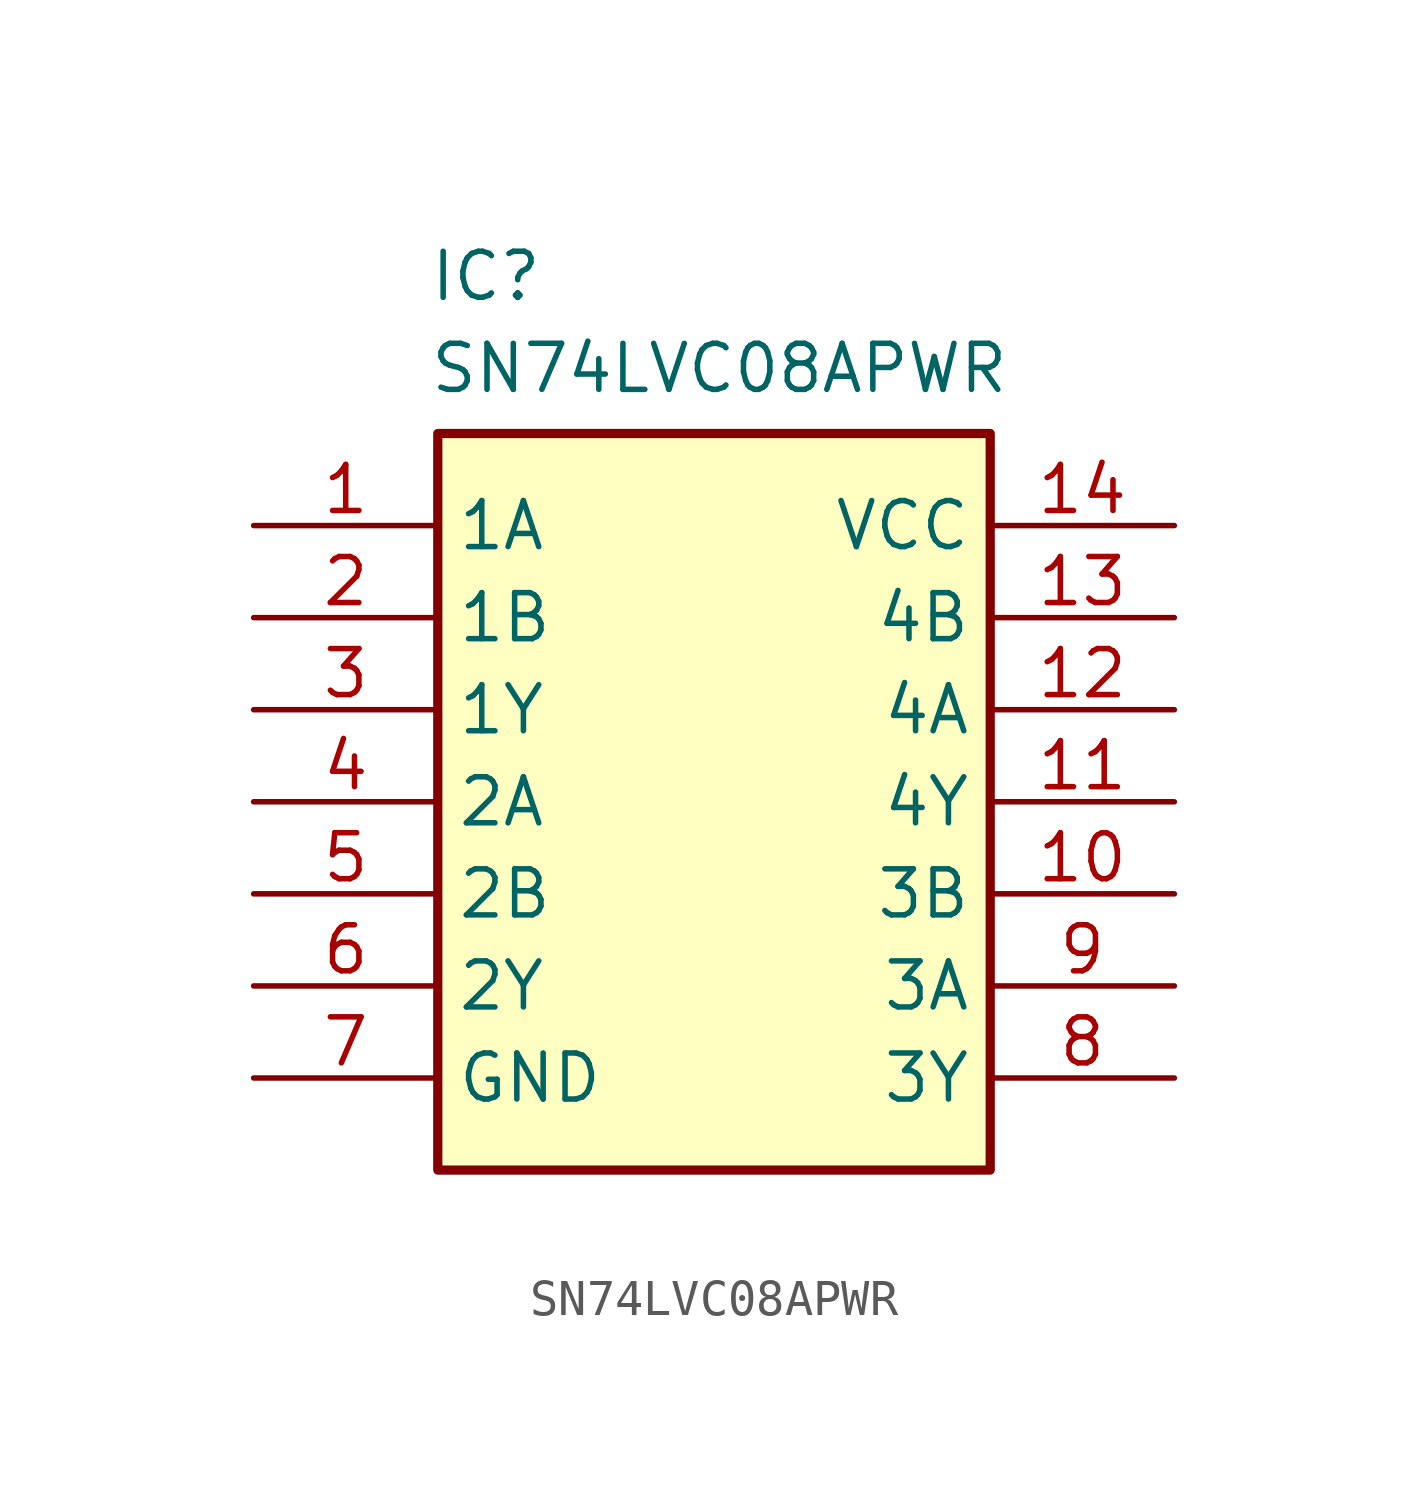
<source format=kicad_sym>
(kicad_symbol_lib
  (version 20231120)
  (generator "kicad_symbol_editor")
  (generator_version "8.0")
  (symbol "SN74LVC08APWR"
    (property "Reference" "IC"
      (at 4.826 7.62 0)
      (effects (font (size 1.27 1.27)) (justify left top)))
    (property "Value" "SN74LVC08APWR"
      (at 4.826 5.08 0)
      (effects (font (size 1.27 1.27)) (justify left top)))
    (symbol "SN74LVC08APWR_1_1"
      (rectangle (start 5.08 2.54) (end 20.32 -17.78) (stroke (width 0.254) (type default)) (fill (type background)))
      (pin passive line (at 0 0 0) (length 5.08) (name "1A" (effects (font (size 1.27 1.27)))) (number "1" (effects (font (size 1.27 1.27)))))
      (pin passive line (at 25.4 -10.16 180) (length 5.08) (name "3B" (effects (font (size 1.27 1.27)))) (number "10" (effects (font (size 1.27 1.27)))))
      (pin passive line (at 25.4 -7.62 180) (length 5.08) (name "4Y" (effects (font (size 1.27 1.27)))) (number "11" (effects (font (size 1.27 1.27)))))
      (pin passive line (at 25.4 -5.08 180) (length 5.08) (name "4A" (effects (font (size 1.27 1.27)))) (number "12" (effects (font (size 1.27 1.27)))))
      (pin passive line (at 25.4 -2.54 180) (length 5.08) (name "4B" (effects (font (size 1.27 1.27)))) (number "13" (effects (font (size 1.27 1.27)))))
      (pin passive line (at 25.4 0 180) (length 5.08) (name "VCC" (effects (font (size 1.27 1.27)))) (number "14" (effects (font (size 1.27 1.27)))))
      (pin passive line (at 0 -2.54 0) (length 5.08) (name "1B" (effects (font (size 1.27 1.27)))) (number "2" (effects (font (size 1.27 1.27)))))
      (pin passive line (at 0 -5.08 0) (length 5.08) (name "1Y" (effects (font (size 1.27 1.27)))) (number "3" (effects (font (size 1.27 1.27)))))
      (pin passive line (at 0 -7.62 0) (length 5.08) (name "2A" (effects (font (size 1.27 1.27)))) (number "4" (effects (font (size 1.27 1.27)))))
      (pin passive line (at 0 -10.16 0) (length 5.08) (name "2B" (effects (font (size 1.27 1.27)))) (number "5" (effects (font (size 1.27 1.27)))))
      (pin passive line (at 0 -12.7 0) (length 5.08) (name "2Y" (effects (font (size 1.27 1.27)))) (number "6" (effects (font (size 1.27 1.27)))))
      (pin passive line (at 0 -15.24 0) (length 5.08) (name "GND" (effects (font (size 1.27 1.27)))) (number "7" (effects (font (size 1.27 1.27)))))
      (pin passive line (at 25.4 -15.24 180) (length 5.08) (name "3Y" (effects (font (size 1.27 1.27)))) (number "8" (effects (font (size 1.27 1.27)))))
      (pin passive line (at 25.4 -12.7 180) (length 5.08) (name "3A" (effects (font (size 1.27 1.27)))) (number "9" (effects (font (size 1.27 1.27))))))))
</source>
